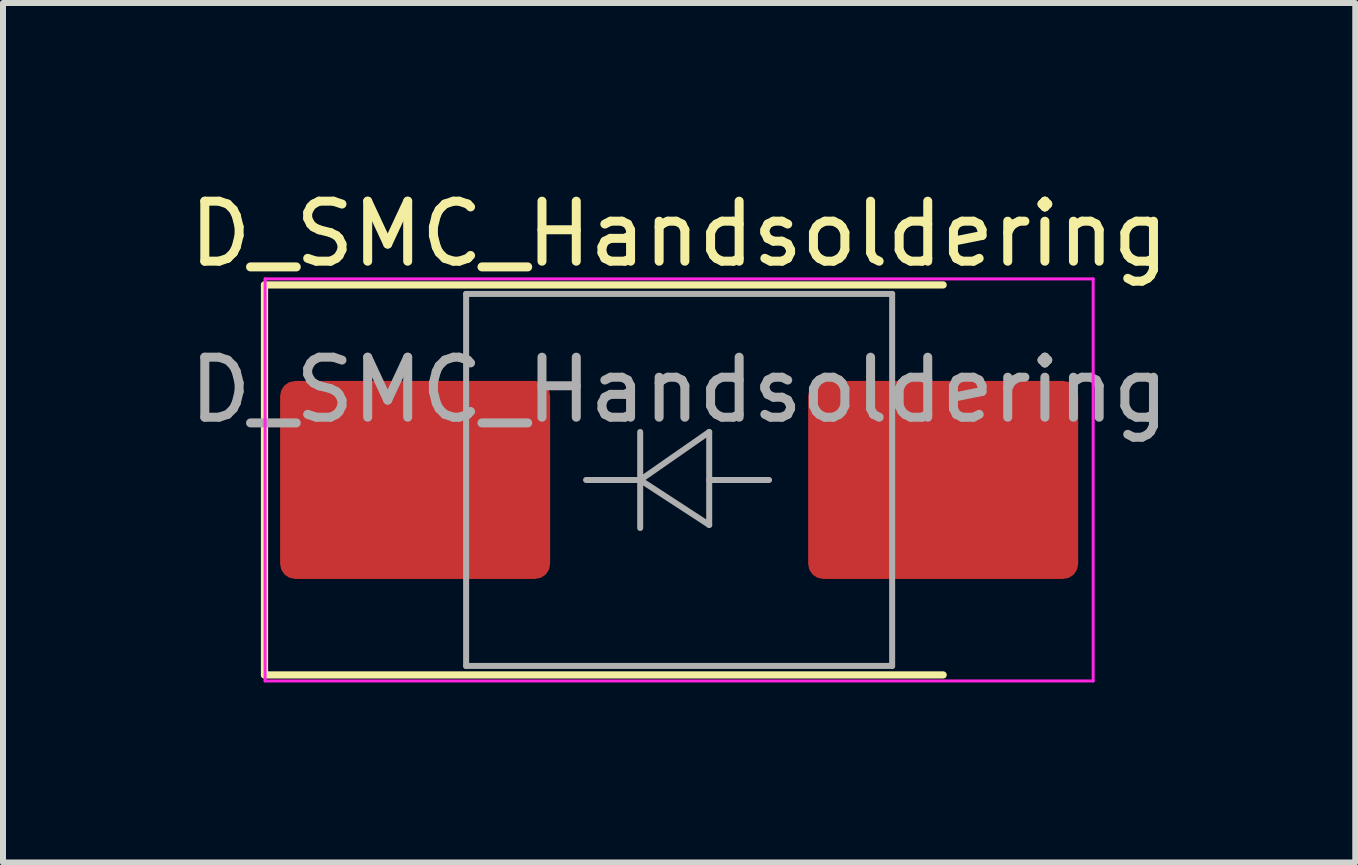
<source format=kicad_pcb>
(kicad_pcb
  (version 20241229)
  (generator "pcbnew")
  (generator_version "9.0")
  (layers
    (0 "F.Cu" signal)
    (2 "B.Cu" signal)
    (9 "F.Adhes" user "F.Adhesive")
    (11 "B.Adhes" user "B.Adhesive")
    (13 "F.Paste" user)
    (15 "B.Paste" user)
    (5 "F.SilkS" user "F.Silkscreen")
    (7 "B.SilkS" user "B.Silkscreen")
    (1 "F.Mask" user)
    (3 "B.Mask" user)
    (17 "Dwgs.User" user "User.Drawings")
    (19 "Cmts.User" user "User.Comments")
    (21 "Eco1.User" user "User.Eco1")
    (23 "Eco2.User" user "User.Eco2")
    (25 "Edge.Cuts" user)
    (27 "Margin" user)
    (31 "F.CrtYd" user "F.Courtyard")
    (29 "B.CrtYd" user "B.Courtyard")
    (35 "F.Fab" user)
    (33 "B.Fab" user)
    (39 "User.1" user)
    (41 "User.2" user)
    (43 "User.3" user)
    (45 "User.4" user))
  (footprint "D_SMC_Handsoldering"
    (layer "F.Cu")
    (at 8.268 4.948)
    (property "Reference" "D_SMC_Handsoldering" (at 0 -4.1 0) (layer "F.SilkS") (effects (font (size 1 1) (thickness 0.15))))
    (attr smd)
    (fp_line (start -6.91 -3.25) (end 4.4 -3.25) (stroke (width 0.12) (type solid)) (layer "F.SilkS"))
    (fp_line (start -6.91 3.25) (end -6.91 -3.25) (stroke (width 0.12) (type solid)) (layer "F.SilkS"))
    (fp_line (start -6.91 3.25) (end 4.4 3.25) (stroke (width 0.12) (type solid)) (layer "F.SilkS"))
    (fp_line (start -6.9 -3.35) (end 6.9 -3.35) (stroke (width 0.05) (type solid)) (layer "F.CrtYd"))
    (fp_line (start -6.9 3.35) (end -6.9 -3.35) (stroke (width 0.05) (type solid)) (layer "F.CrtYd"))
    (fp_line (start 6.9 -3.35) (end 6.9 3.35) (stroke (width 0.05) (type solid)) (layer "F.CrtYd"))
    (fp_line (start 6.9 3.35) (end -6.9 3.35) (stroke (width 0.05) (type solid)) (layer "F.CrtYd"))
    (fp_line (start -3.55 3.1) (end -3.55 -3.1) (stroke (width 0.1) (type solid)) (layer "F.Fab"))
    (fp_line (start -0.649 -0.799) (end -0.649 0.801) (stroke (width 0.1) (type solid)) (layer "F.Fab"))
    (fp_line (start -0.649 0.001) (end -1.551 0.001) (stroke (width 0.1) (type solid)) (layer "F.Fab"))
    (fp_line (start -0.649 0.001) (end 0.501 -0.799) (stroke (width 0.1) (type solid)) (layer "F.Fab"))
    (fp_line (start -0.649 0.001) (end 0.501 0.75) (stroke (width 0.1) (type solid)) (layer "F.Fab"))
    (fp_line (start 0.501 0.001) (end 1.499 0.001) (stroke (width 0.1) (type solid)) (layer "F.Fab"))
    (fp_line (start 0.501 0.75) (end 0.501 -0.799) (stroke (width 0.1) (type solid)) (layer "F.Fab"))
    (fp_line (start 3.55 -3.1) (end -3.55 -3.1) (stroke (width 0.1) (type solid)) (layer "F.Fab"))
    (fp_line (start 3.55 -3.1) (end 3.55 3.1) (stroke (width 0.1) (type solid)) (layer "F.Fab"))
    (fp_line (start 3.55 3.1) (end -3.55 3.1) (stroke (width 0.1) (type solid)) (layer "F.Fab"))
    (fp_text user "${REFERENCE}" (at 0 -1.5 0) (layer "F.Fab") (effects (font (size 1 1) (thickness 0.15))))
    (pad "1" smd roundrect (at -4.4 0 90) (size 3.3 4.5) (layers "F.Cu" "F.Mask" "F.Paste") (roundrect_rratio 0.076))
    (pad "2" smd roundrect (at 4.4 0 90) (size 3.3 4.5) (layers "F.Cu" "F.Mask" "F.Paste") (roundrect_rratio 0.076)))
  (gr_rect
    (start -3 -3)
    (end 19.536 11.323)
    (stroke (width 0.1) (type default))
    (fill no)
    (layer "Edge.Cuts")))
</source>
